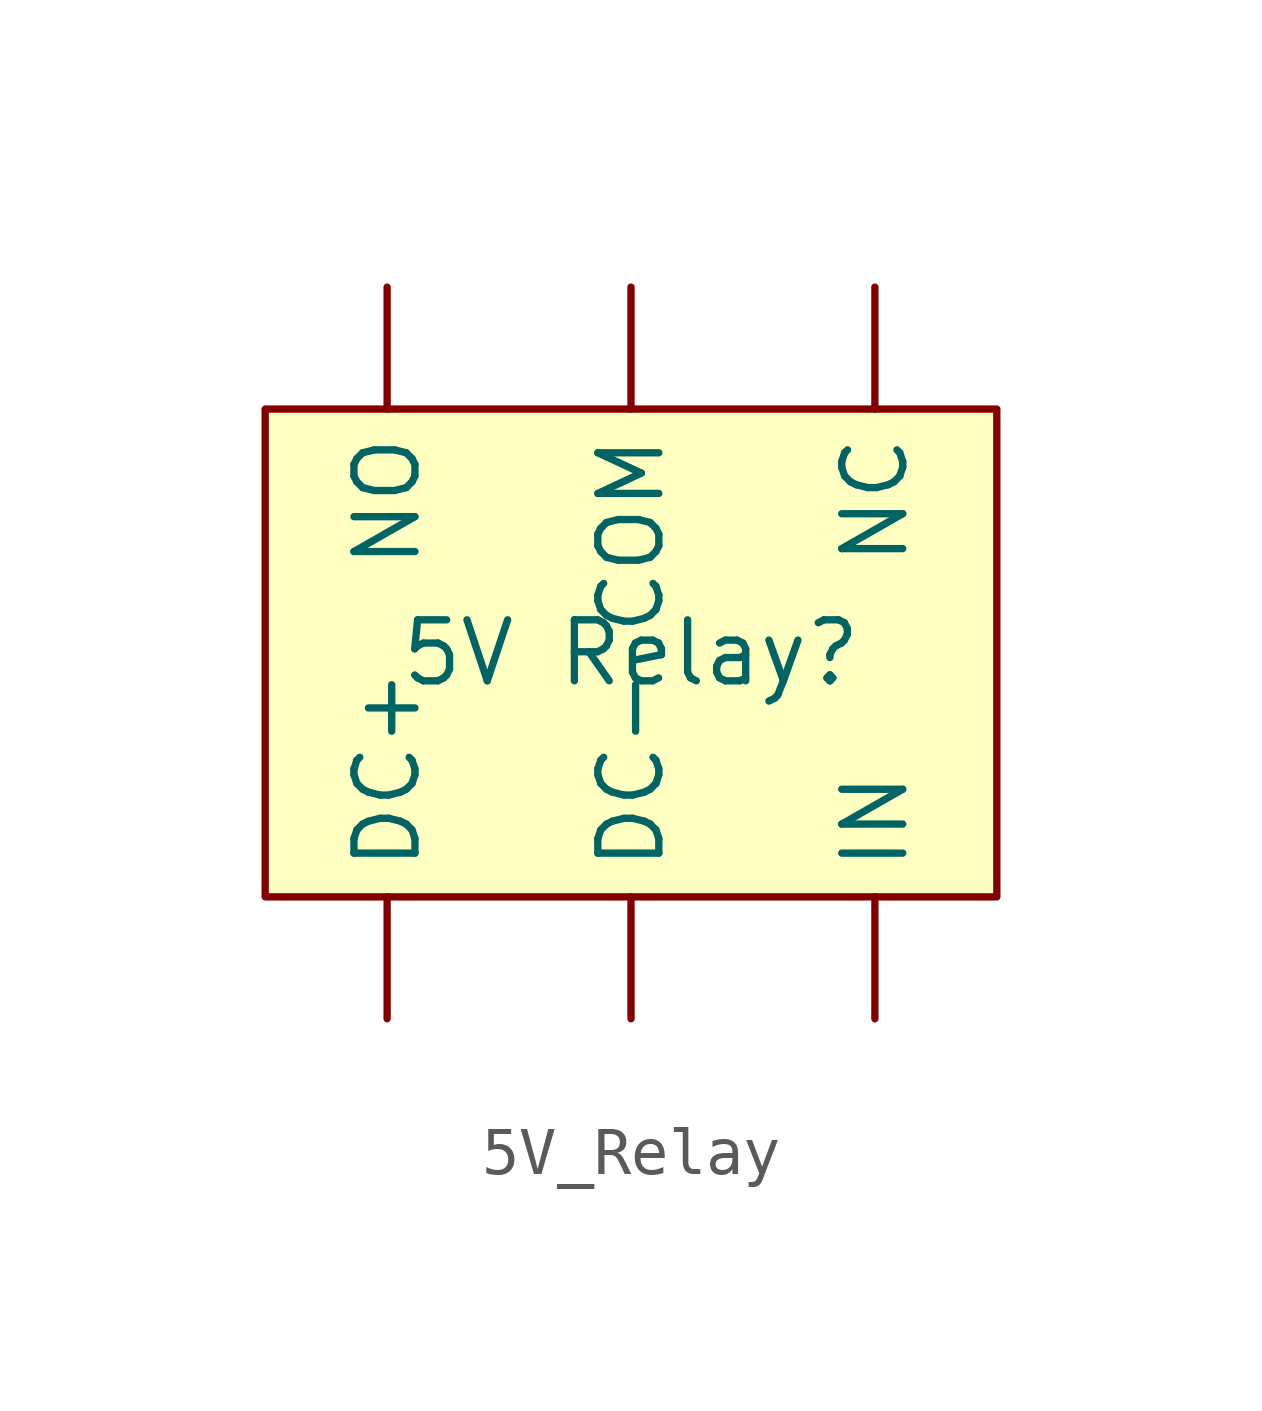
<source format=kicad_sym>
(kicad_symbol_lib
  (version 20231120)
  (generator "kicad_symbol_editor")
  (generator_version "8.0")
  (symbol "5V_Relay"
    (property "Reference" "5V Relay"
      (at 0 0 0)
      (effects (font (size 1.27 1.27))))
    (property "Value" ""
      (at 0 0 0)
      (effects (font (size 1.27 1.27))))
    (symbol "5V_Relay_0_1"
      (rectangle (start -7.62 5.08) (end 7.62 -5.08) (stroke (width 0) (type default)) (fill (type background))))
    (symbol "5V_Relay_1_1"
      (pin input line (at 0 7.62 270) (length 2.54) (name "COM" (effects (font (size 1.27 1.27)))) (number "" (effects (font (size 1.27 1.27)))))
      (pin input line (at -5.08 -7.62 90) (length 2.54) (name "DC+" (effects (font (size 1.27 1.27)))) (number "" (effects (font (size 1.27 1.27)))))
      (pin input line (at 0 -7.62 90) (length 2.54) (name "DC-" (effects (font (size 1.27 1.27)))) (number "" (effects (font (size 1.27 1.27)))))
      (pin input line (at 5.08 -7.62 90) (length 2.54) (name "IN" (effects (font (size 1.27 1.27)))) (number "" (effects (font (size 1.27 1.27)))))
      (pin input line (at 5.08 7.62 270) (length 2.54) (name "NC" (effects (font (size 1.27 1.27)))) (number "" (effects (font (size 1.27 1.27)))))
      (pin input line (at -5.08 7.62 270) (length 2.54) (name "NO" (effects (font (size 1.27 1.27)))) (number "" (effects (font (size 1.27 1.27))))))))
</source>
